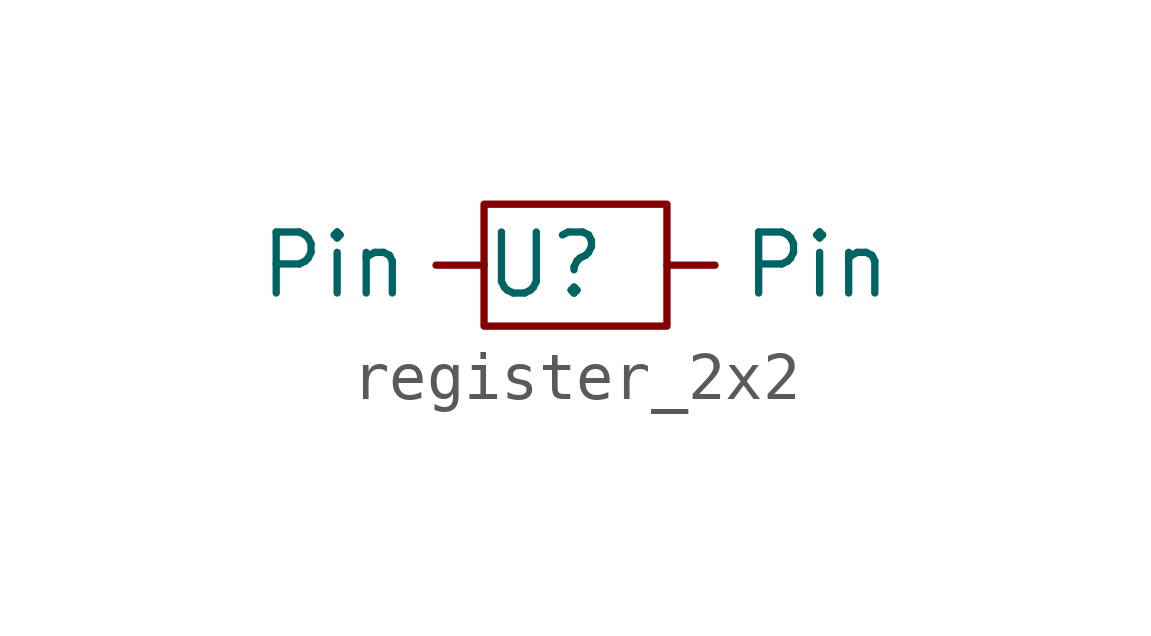
<source format=kicad_sym>
(kicad_symbol_lib
  (version 20241209)
  (generator "kicad_symbol_editor")
  (generator_version "9.0")
  (symbol "register_2x2"
    (property "Reference" "U"
      (at 0 0 0)
      (effects (font (size 1.27 1.27))))
    (property "Value" ""
      (at 0 0 0)
      (effects (font (size 1.27 1.27))))
    (symbol "register_2x2_0_1"
      (polyline (pts (xy -1.27 1.27) (xy 2.54 1.27) (xy 2.54 -1.27) (xy -1.27 -1.27) (xy -1.27 1.27)) (stroke (width 0) (type default)) (fill (type none))))
    (symbol "register_2x2_1_1"
      (pin bidirectional line (at -1.27 0 180) (length 1) (name "Pin" (effects (font (size 1.27 1.27)))) (number "" (effects (font (size 1.27 1.27)))))
      (pin bidirectional line (at 2.54 0 0) (length 1) (name "Pin" (effects (font (size 1.27 1.27)))) (number "" (effects (font (size 1.27 1.27))))))))
</source>
